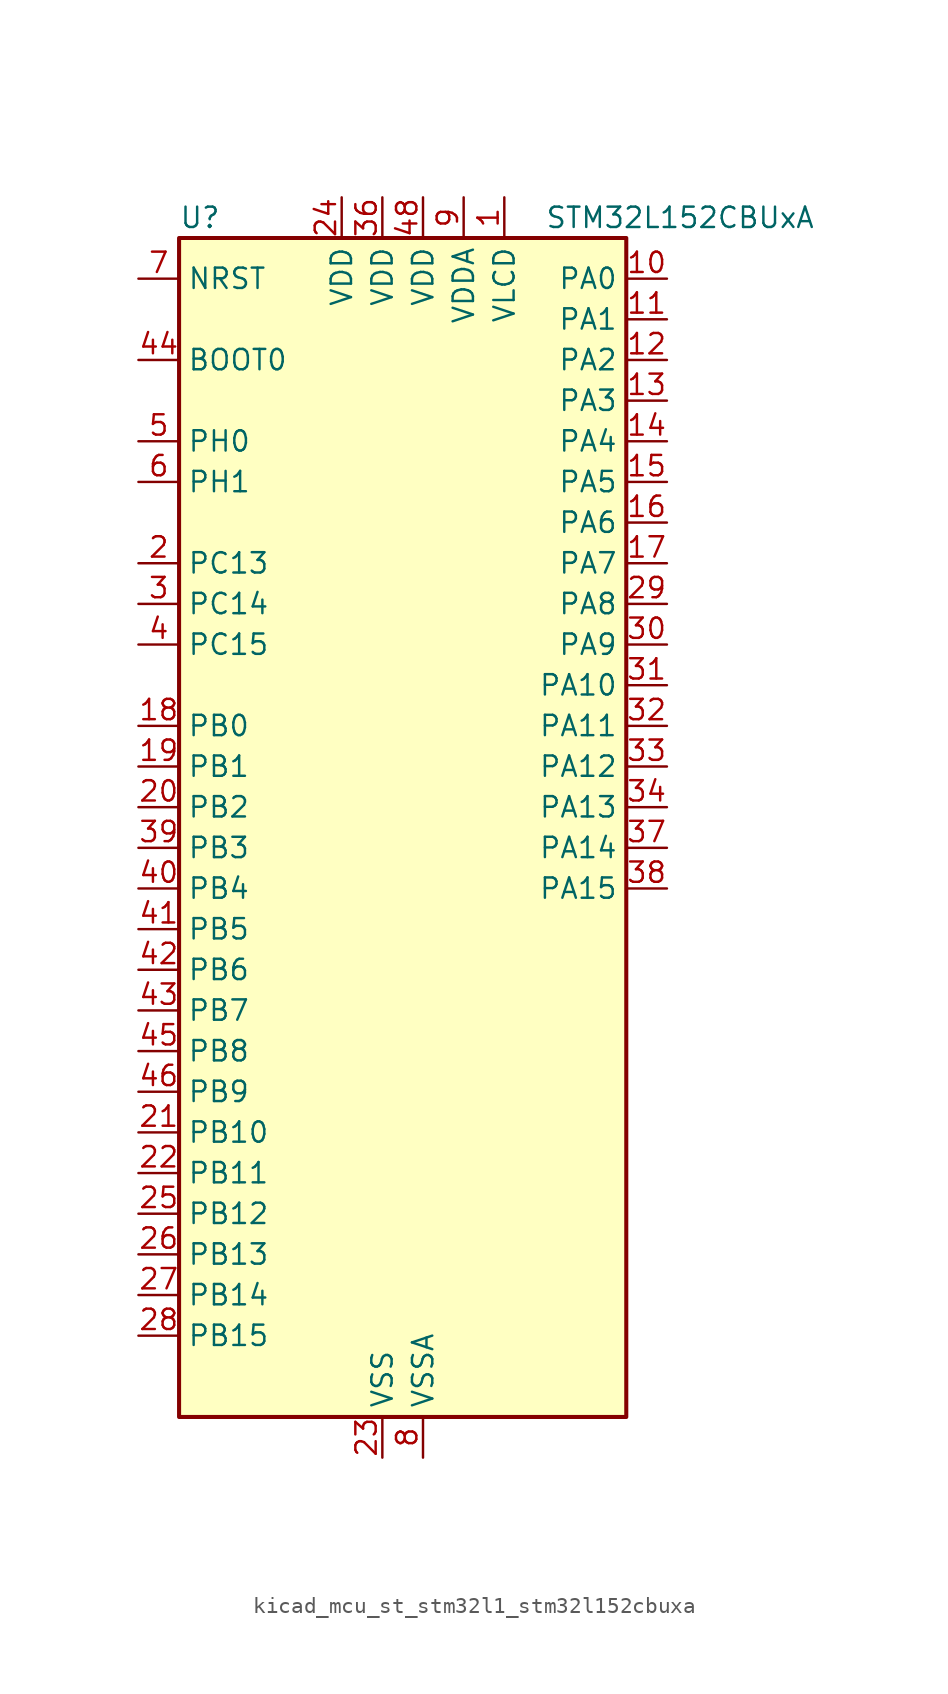
<source format=kicad_sym>
(kicad_symbol_lib
  (version 20220914)
  (generator kicad_symbol_editor)
  (symbol "kicad_mcu_st_stm32l1_stm32l152cbuxa"
    (property "Reference" "U"
      (at -12.7 39.37 0)
      (effects (font (size 1.27 1.27)) (justify left)))
    (property "Value" "STM32L152CBUxA"
      (at 10.16 39.37 0)
      (effects (font (size 1.27 1.27)) (justify left)))
    (property "ki_locked" ""
      (at 0 0 0)
      (effects (font (size 1.27 1.27))))
    (symbol "kicad_mcu_st_stm32l1_stm32l152cbuxa_0_1"
      (rectangle (start -12.7 -35.56) (end 15.24 38.1) (stroke (width 0.254) (type default)) (fill (type background))))
    (symbol "kicad_mcu_st_stm32l1_stm32l152cbuxa_1_1"
      (pin power_in line (at 7.62 40.64 270) (length 2.54) (name "VLCD" (effects (font (size 1.27 1.27)))) (number "1" (effects (font (size 1.27 1.27)))))
      (pin bidirectional line (at 17.78 35.56 180) (length 2.54) (name "PA0" (effects (font (size 1.27 1.27)))) (number "10" (effects (font (size 1.27 1.27)))) (alternate "ADC_IN0" bidirectional line) (alternate "COMP1_INP" bidirectional line) (alternate "RTC_TAMP2" bidirectional line) (alternate "SYS_WKUP1" bidirectional line) (alternate "TIM2_CH1" bidirectional line) (alternate "TIM2_ETR" bidirectional line) (alternate "TIMX_IC1" bidirectional line) (alternate "TS_G1_IO1" bidirectional line) (alternate "USART2_CTS" bidirectional line))
      (pin bidirectional line (at 17.78 33.02 180) (length 2.54) (name "PA1" (effects (font (size 1.27 1.27)))) (number "11" (effects (font (size 1.27 1.27)))) (alternate "ADC_IN1" bidirectional line) (alternate "COMP1_INP" bidirectional line) (alternate "LCD_SEG0" bidirectional line) (alternate "TIM2_CH2" bidirectional line) (alternate "TIMX_IC2" bidirectional line) (alternate "TS_G1_IO2" bidirectional line) (alternate "USART2_RTS" bidirectional line))
      (pin bidirectional line (at 17.78 30.48 180) (length 2.54) (name "PA2" (effects (font (size 1.27 1.27)))) (number "12" (effects (font (size 1.27 1.27)))) (alternate "ADC_IN2" bidirectional line) (alternate "COMP1_INP" bidirectional line) (alternate "LCD_SEG1" bidirectional line) (alternate "TIM2_CH3" bidirectional line) (alternate "TIM9_CH1" bidirectional line) (alternate "TIMX_IC3" bidirectional line) (alternate "TS_G1_IO3" bidirectional line) (alternate "USART2_TX" bidirectional line))
      (pin bidirectional line (at 17.78 27.94 180) (length 2.54) (name "PA3" (effects (font (size 1.27 1.27)))) (number "13" (effects (font (size 1.27 1.27)))) (alternate "ADC_IN3" bidirectional line) (alternate "COMP1_INP" bidirectional line) (alternate "LCD_SEG2" bidirectional line) (alternate "TIM2_CH4" bidirectional line) (alternate "TIM9_CH2" bidirectional line) (alternate "TIMX_IC4" bidirectional line) (alternate "TS_G1_IO4" bidirectional line) (alternate "USART2_RX" bidirectional line))
      (pin bidirectional line (at 17.78 25.4 180) (length 2.54) (name "PA4" (effects (font (size 1.27 1.27)))) (number "14" (effects (font (size 1.27 1.27)))) (alternate "ADC_IN4" bidirectional line) (alternate "COMP1_INP" bidirectional line) (alternate "DAC_OUT1" bidirectional line) (alternate "SPI1_NSS" bidirectional line) (alternate "TIMX_IC1" bidirectional line) (alternate "USART2_CK" bidirectional line))
      (pin bidirectional line (at 17.78 22.86 180) (length 2.54) (name "PA5" (effects (font (size 1.27 1.27)))) (number "15" (effects (font (size 1.27 1.27)))) (alternate "ADC_IN5" bidirectional line) (alternate "COMP1_INP" bidirectional line) (alternate "DAC_OUT2" bidirectional line) (alternate "SPI1_SCK" bidirectional line) (alternate "TIM2_CH1" bidirectional line) (alternate "TIM2_ETR" bidirectional line) (alternate "TIMX_IC2" bidirectional line))
      (pin bidirectional line (at 17.78 20.32 180) (length 2.54) (name "PA6" (effects (font (size 1.27 1.27)))) (number "16" (effects (font (size 1.27 1.27)))) (alternate "ADC_IN6" bidirectional line) (alternate "COMP1_INP" bidirectional line) (alternate "LCD_SEG3" bidirectional line) (alternate "SPI1_MISO" bidirectional line) (alternate "TIM10_CH1" bidirectional line) (alternate "TIM3_CH1" bidirectional line) (alternate "TIMX_IC3" bidirectional line) (alternate "TS_G2_IO1" bidirectional line))
      (pin bidirectional line (at 17.78 17.78 180) (length 2.54) (name "PA7" (effects (font (size 1.27 1.27)))) (number "17" (effects (font (size 1.27 1.27)))) (alternate "ADC_IN7" bidirectional line) (alternate "COMP1_INP" bidirectional line) (alternate "LCD_SEG4" bidirectional line) (alternate "SPI1_MOSI" bidirectional line) (alternate "TIM11_CH1" bidirectional line) (alternate "TIM3_CH2" bidirectional line) (alternate "TIMX_IC4" bidirectional line) (alternate "TS_G2_IO2" bidirectional line))
      (pin bidirectional line (at -15.24 7.62 0) (length 2.54) (name "PB0" (effects (font (size 1.27 1.27)))) (number "18" (effects (font (size 1.27 1.27)))) (alternate "ADC_IN8" bidirectional line) (alternate "COMP1_INP" bidirectional line) (alternate "LCD_SEG5" bidirectional line) (alternate "SYS_V_REF_OUT" bidirectional line) (alternate "TIM3_CH3" bidirectional line) (alternate "TS_G3_IO1" bidirectional line))
      (pin bidirectional line (at -15.24 5.08 0) (length 2.54) (name "PB1" (effects (font (size 1.27 1.27)))) (number "19" (effects (font (size 1.27 1.27)))) (alternate "ADC_IN9" bidirectional line) (alternate "COMP1_INP" bidirectional line) (alternate "LCD_SEG6" bidirectional line) (alternate "SYS_V_REF_OUT" bidirectional line) (alternate "TIM3_CH4" bidirectional line) (alternate "TS_G3_IO2" bidirectional line))
      (pin bidirectional line (at -15.24 17.78 0) (length 2.54) (name "PC13" (effects (font (size 1.27 1.27)))) (number "2" (effects (font (size 1.27 1.27)))) (alternate "RTC_OUT_ALARM" bidirectional line) (alternate "RTC_OUT_CALIB" bidirectional line) (alternate "RTC_TAMP1" bidirectional line) (alternate "RTC_TS" bidirectional line) (alternate "SYS_WKUP2" bidirectional line) (alternate "TIMX_IC2" bidirectional line))
      (pin bidirectional line (at -15.24 2.54 0) (length 2.54) (name "PB2" (effects (font (size 1.27 1.27)))) (number "20" (effects (font (size 1.27 1.27)))) (alternate "TS_G3_IO3" bidirectional line))
      (pin bidirectional line (at -15.24 -17.78 0) (length 2.54) (name "PB10" (effects (font (size 1.27 1.27)))) (number "21" (effects (font (size 1.27 1.27)))) (alternate "I2C2_SCL" bidirectional line) (alternate "LCD_SEG10" bidirectional line) (alternate "TIM2_CH3" bidirectional line) (alternate "USART3_TX" bidirectional line))
      (pin bidirectional line (at -15.24 -20.32 0) (length 2.54) (name "PB11" (effects (font (size 1.27 1.27)))) (number "22" (effects (font (size 1.27 1.27)))) (alternate "ADC_EXTI11" bidirectional line) (alternate "I2C2_SDA" bidirectional line) (alternate "LCD_SEG11" bidirectional line) (alternate "TIM2_CH4" bidirectional line) (alternate "USART3_RX" bidirectional line))
      (pin power_in line (at 0 -38.1 90) (length 2.54) (name "VSS" (effects (font (size 1.27 1.27)))) (number "23" (effects (font (size 1.27 1.27)))))
      (pin power_in line (at -2.54 40.64 270) (length 2.54) (name "VDD" (effects (font (size 1.27 1.27)))) (number "24" (effects (font (size 1.27 1.27)))))
      (pin bidirectional line (at -15.24 -22.86 0) (length 2.54) (name "PB12" (effects (font (size 1.27 1.27)))) (number "25" (effects (font (size 1.27 1.27)))) (alternate "ADC_IN18" bidirectional line) (alternate "COMP1_INP" bidirectional line) (alternate "I2C2_SMBA" bidirectional line) (alternate "LCD_SEG12" bidirectional line) (alternate "SPI2_NSS" bidirectional line) (alternate "TIM10_CH1" bidirectional line) (alternate "TS_G7_IO1" bidirectional line) (alternate "USART3_CK" bidirectional line))
      (pin bidirectional line (at -15.24 -25.4 0) (length 2.54) (name "PB13" (effects (font (size 1.27 1.27)))) (number "26" (effects (font (size 1.27 1.27)))) (alternate "ADC_IN19" bidirectional line) (alternate "COMP1_INP" bidirectional line) (alternate "LCD_SEG13" bidirectional line) (alternate "SPI2_SCK" bidirectional line) (alternate "TIM9_CH1" bidirectional line) (alternate "TS_G7_IO2" bidirectional line) (alternate "USART3_CTS" bidirectional line))
      (pin bidirectional line (at -15.24 -27.94 0) (length 2.54) (name "PB14" (effects (font (size 1.27 1.27)))) (number "27" (effects (font (size 1.27 1.27)))) (alternate "ADC_IN20" bidirectional line) (alternate "COMP1_INP" bidirectional line) (alternate "LCD_SEG14" bidirectional line) (alternate "SPI2_MISO" bidirectional line) (alternate "TIM9_CH2" bidirectional line) (alternate "TS_G7_IO3" bidirectional line) (alternate "USART3_RTS" bidirectional line))
      (pin bidirectional line (at -15.24 -30.48 0) (length 2.54) (name "PB15" (effects (font (size 1.27 1.27)))) (number "28" (effects (font (size 1.27 1.27)))) (alternate "ADC_EXTI15" bidirectional line) (alternate "ADC_IN21" bidirectional line) (alternate "COMP1_INP" bidirectional line) (alternate "LCD_SEG15" bidirectional line) (alternate "RTC_REFIN" bidirectional line) (alternate "SPI2_MOSI" bidirectional line) (alternate "TIM11_CH1" bidirectional line) (alternate "TS_G7_IO4" bidirectional line))
      (pin bidirectional line (at 17.78 15.24 180) (length 2.54) (name "PA8" (effects (font (size 1.27 1.27)))) (number "29" (effects (font (size 1.27 1.27)))) (alternate "LCD_COM0" bidirectional line) (alternate "RCC_MCO" bidirectional line) (alternate "TIMX_IC1" bidirectional line) (alternate "TS_G4_IO1" bidirectional line) (alternate "USART1_CK" bidirectional line))
      (pin bidirectional line (at -15.24 15.24 0) (length 2.54) (name "PC14" (effects (font (size 1.27 1.27)))) (number "3" (effects (font (size 1.27 1.27)))) (alternate "RCC_OSC32_IN" bidirectional line) (alternate "TIMX_IC3" bidirectional line))
      (pin bidirectional line (at 17.78 12.7 180) (length 2.54) (name "PA9" (effects (font (size 1.27 1.27)))) (number "30" (effects (font (size 1.27 1.27)))) (alternate "DAC_EXTI9" bidirectional line) (alternate "LCD_COM1" bidirectional line) (alternate "TIMX_IC2" bidirectional line) (alternate "TS_G4_IO2" bidirectional line) (alternate "USART1_TX" bidirectional line))
      (pin bidirectional line (at 17.78 10.16 180) (length 2.54) (name "PA10" (effects (font (size 1.27 1.27)))) (number "31" (effects (font (size 1.27 1.27)))) (alternate "LCD_COM2" bidirectional line) (alternate "TIMX_IC3" bidirectional line) (alternate "TS_G4_IO3" bidirectional line) (alternate "USART1_RX" bidirectional line))
      (pin bidirectional line (at 17.78 7.62 180) (length 2.54) (name "PA11" (effects (font (size 1.27 1.27)))) (number "32" (effects (font (size 1.27 1.27)))) (alternate "ADC_EXTI11" bidirectional line) (alternate "SPI1_MISO" bidirectional line) (alternate "TIMX_IC4" bidirectional line) (alternate "USART1_CTS" bidirectional line) (alternate "USB_DM" bidirectional line))
      (pin bidirectional line (at 17.78 5.08 180) (length 2.54) (name "PA12" (effects (font (size 1.27 1.27)))) (number "33" (effects (font (size 1.27 1.27)))) (alternate "SPI1_MOSI" bidirectional line) (alternate "TIMX_IC1" bidirectional line) (alternate "USART1_RTS" bidirectional line) (alternate "USB_DP" bidirectional line))
      (pin bidirectional line (at 17.78 2.54 180) (length 2.54) (name "PA13" (effects (font (size 1.27 1.27)))) (number "34" (effects (font (size 1.27 1.27)))) (alternate "SYS_JTMS-SWDIO" bidirectional line) (alternate "TIMX_IC2" bidirectional line) (alternate "TS_G5_IO1" bidirectional line))
      (pin passive line (at 0 -38.1 90) (length 2.54) hide (name "VSS" (effects (font (size 1.27 1.27)))) (number "35" (effects (font (size 1.27 1.27)))))
      (pin power_in line (at 0 40.64 270) (length 2.54) (name "VDD" (effects (font (size 1.27 1.27)))) (number "36" (effects (font (size 1.27 1.27)))))
      (pin bidirectional line (at 17.78 0 180) (length 2.54) (name "PA14" (effects (font (size 1.27 1.27)))) (number "37" (effects (font (size 1.27 1.27)))) (alternate "SYS_JTCK-SWCLK" bidirectional line) (alternate "TIMX_IC3" bidirectional line) (alternate "TS_G5_IO2" bidirectional line))
      (pin bidirectional line (at 17.78 -2.54 180) (length 2.54) (name "PA15" (effects (font (size 1.27 1.27)))) (number "38" (effects (font (size 1.27 1.27)))) (alternate "ADC_EXTI15" bidirectional line) (alternate "LCD_SEG17" bidirectional line) (alternate "SPI1_NSS" bidirectional line) (alternate "SYS_JTDI" bidirectional line) (alternate "TIM2_CH1" bidirectional line) (alternate "TIM2_ETR" bidirectional line) (alternate "TIMX_IC4" bidirectional line) (alternate "TS_G5_IO3" bidirectional line))
      (pin bidirectional line (at -15.24 0 0) (length 2.54) (name "PB3" (effects (font (size 1.27 1.27)))) (number "39" (effects (font (size 1.27 1.27)))) (alternate "COMP2_INM" bidirectional line) (alternate "LCD_SEG7" bidirectional line) (alternate "SPI1_SCK" bidirectional line) (alternate "SYS_JTDO-TRACESWO" bidirectional line) (alternate "TIM2_CH2" bidirectional line))
      (pin bidirectional line (at -15.24 12.7 0) (length 2.54) (name "PC15" (effects (font (size 1.27 1.27)))) (number "4" (effects (font (size 1.27 1.27)))) (alternate "ADC_EXTI15" bidirectional line) (alternate "RCC_OSC32_OUT" bidirectional line) (alternate "TIMX_IC4" bidirectional line))
      (pin bidirectional line (at -15.24 -2.54 0) (length 2.54) (name "PB4" (effects (font (size 1.27 1.27)))) (number "40" (effects (font (size 1.27 1.27)))) (alternate "COMP2_INP" bidirectional line) (alternate "LCD_SEG8" bidirectional line) (alternate "SPI1_MISO" bidirectional line) (alternate "SYS_JTRST" bidirectional line) (alternate "TIM3_CH1" bidirectional line) (alternate "TS_G6_IO1" bidirectional line))
      (pin bidirectional line (at -15.24 -5.08 0) (length 2.54) (name "PB5" (effects (font (size 1.27 1.27)))) (number "41" (effects (font (size 1.27 1.27)))) (alternate "COMP2_INP" bidirectional line) (alternate "I2C1_SMBA" bidirectional line) (alternate "LCD_SEG9" bidirectional line) (alternate "SPI1_MOSI" bidirectional line) (alternate "TIM3_CH2" bidirectional line) (alternate "TS_G6_IO2" bidirectional line))
      (pin bidirectional line (at -15.24 -7.62 0) (length 2.54) (name "PB6" (effects (font (size 1.27 1.27)))) (number "42" (effects (font (size 1.27 1.27)))) (alternate "I2C1_SCL" bidirectional line) (alternate "TIM4_CH1" bidirectional line) (alternate "TS_G6_IO3" bidirectional line) (alternate "USART1_TX" bidirectional line))
      (pin bidirectional line (at -15.24 -10.16 0) (length 2.54) (name "PB7" (effects (font (size 1.27 1.27)))) (number "43" (effects (font (size 1.27 1.27)))) (alternate "I2C1_SDA" bidirectional line) (alternate "SYS_PVD_IN" bidirectional line) (alternate "TIM4_CH2" bidirectional line) (alternate "TS_G6_IO4" bidirectional line) (alternate "USART1_RX" bidirectional line))
      (pin input line (at -15.24 30.48 0) (length 2.54) (name "BOOT0" (effects (font (size 1.27 1.27)))) (number "44" (effects (font (size 1.27 1.27)))))
      (pin bidirectional line (at -15.24 -12.7 0) (length 2.54) (name "PB8" (effects (font (size 1.27 1.27)))) (number "45" (effects (font (size 1.27 1.27)))) (alternate "I2C1_SCL" bidirectional line) (alternate "LCD_SEG16" bidirectional line) (alternate "TIM10_CH1" bidirectional line) (alternate "TIM4_CH3" bidirectional line))
      (pin bidirectional line (at -15.24 -15.24 0) (length 2.54) (name "PB9" (effects (font (size 1.27 1.27)))) (number "46" (effects (font (size 1.27 1.27)))) (alternate "DAC_EXTI9" bidirectional line) (alternate "I2C1_SDA" bidirectional line) (alternate "LCD_COM3" bidirectional line) (alternate "TIM11_CH1" bidirectional line) (alternate "TIM4_CH4" bidirectional line))
      (pin passive line (at 0 -38.1 90) (length 2.54) hide (name "VSS" (effects (font (size 1.27 1.27)))) (number "47" (effects (font (size 1.27 1.27)))))
      (pin power_in line (at 2.54 40.64 270) (length 2.54) (name "VDD" (effects (font (size 1.27 1.27)))) (number "48" (effects (font (size 1.27 1.27)))))
      (pin passive line (at 0 -38.1 90) (length 2.54) hide (name "VSS" (effects (font (size 1.27 1.27)))) (number "49" (effects (font (size 1.27 1.27)))))
      (pin bidirectional line (at -15.24 25.4 0) (length 2.54) (name "PH0" (effects (font (size 1.27 1.27)))) (number "5" (effects (font (size 1.27 1.27)))) (alternate "RCC_OSC_IN" bidirectional line))
      (pin bidirectional line (at -15.24 22.86 0) (length 2.54) (name "PH1" (effects (font (size 1.27 1.27)))) (number "6" (effects (font (size 1.27 1.27)))) (alternate "RCC_OSC_OUT" bidirectional line))
      (pin input line (at -15.24 35.56 0) (length 2.54) (name "NRST" (effects (font (size 1.27 1.27)))) (number "7" (effects (font (size 1.27 1.27)))))
      (pin power_in line (at 2.54 -38.1 90) (length 2.54) (name "VSSA" (effects (font (size 1.27 1.27)))) (number "8" (effects (font (size 1.27 1.27)))))
      (pin power_in line (at 5.08 40.64 270) (length 2.54) (name "VDDA" (effects (font (size 1.27 1.27)))) (number "9" (effects (font (size 1.27 1.27))))))))
</source>
